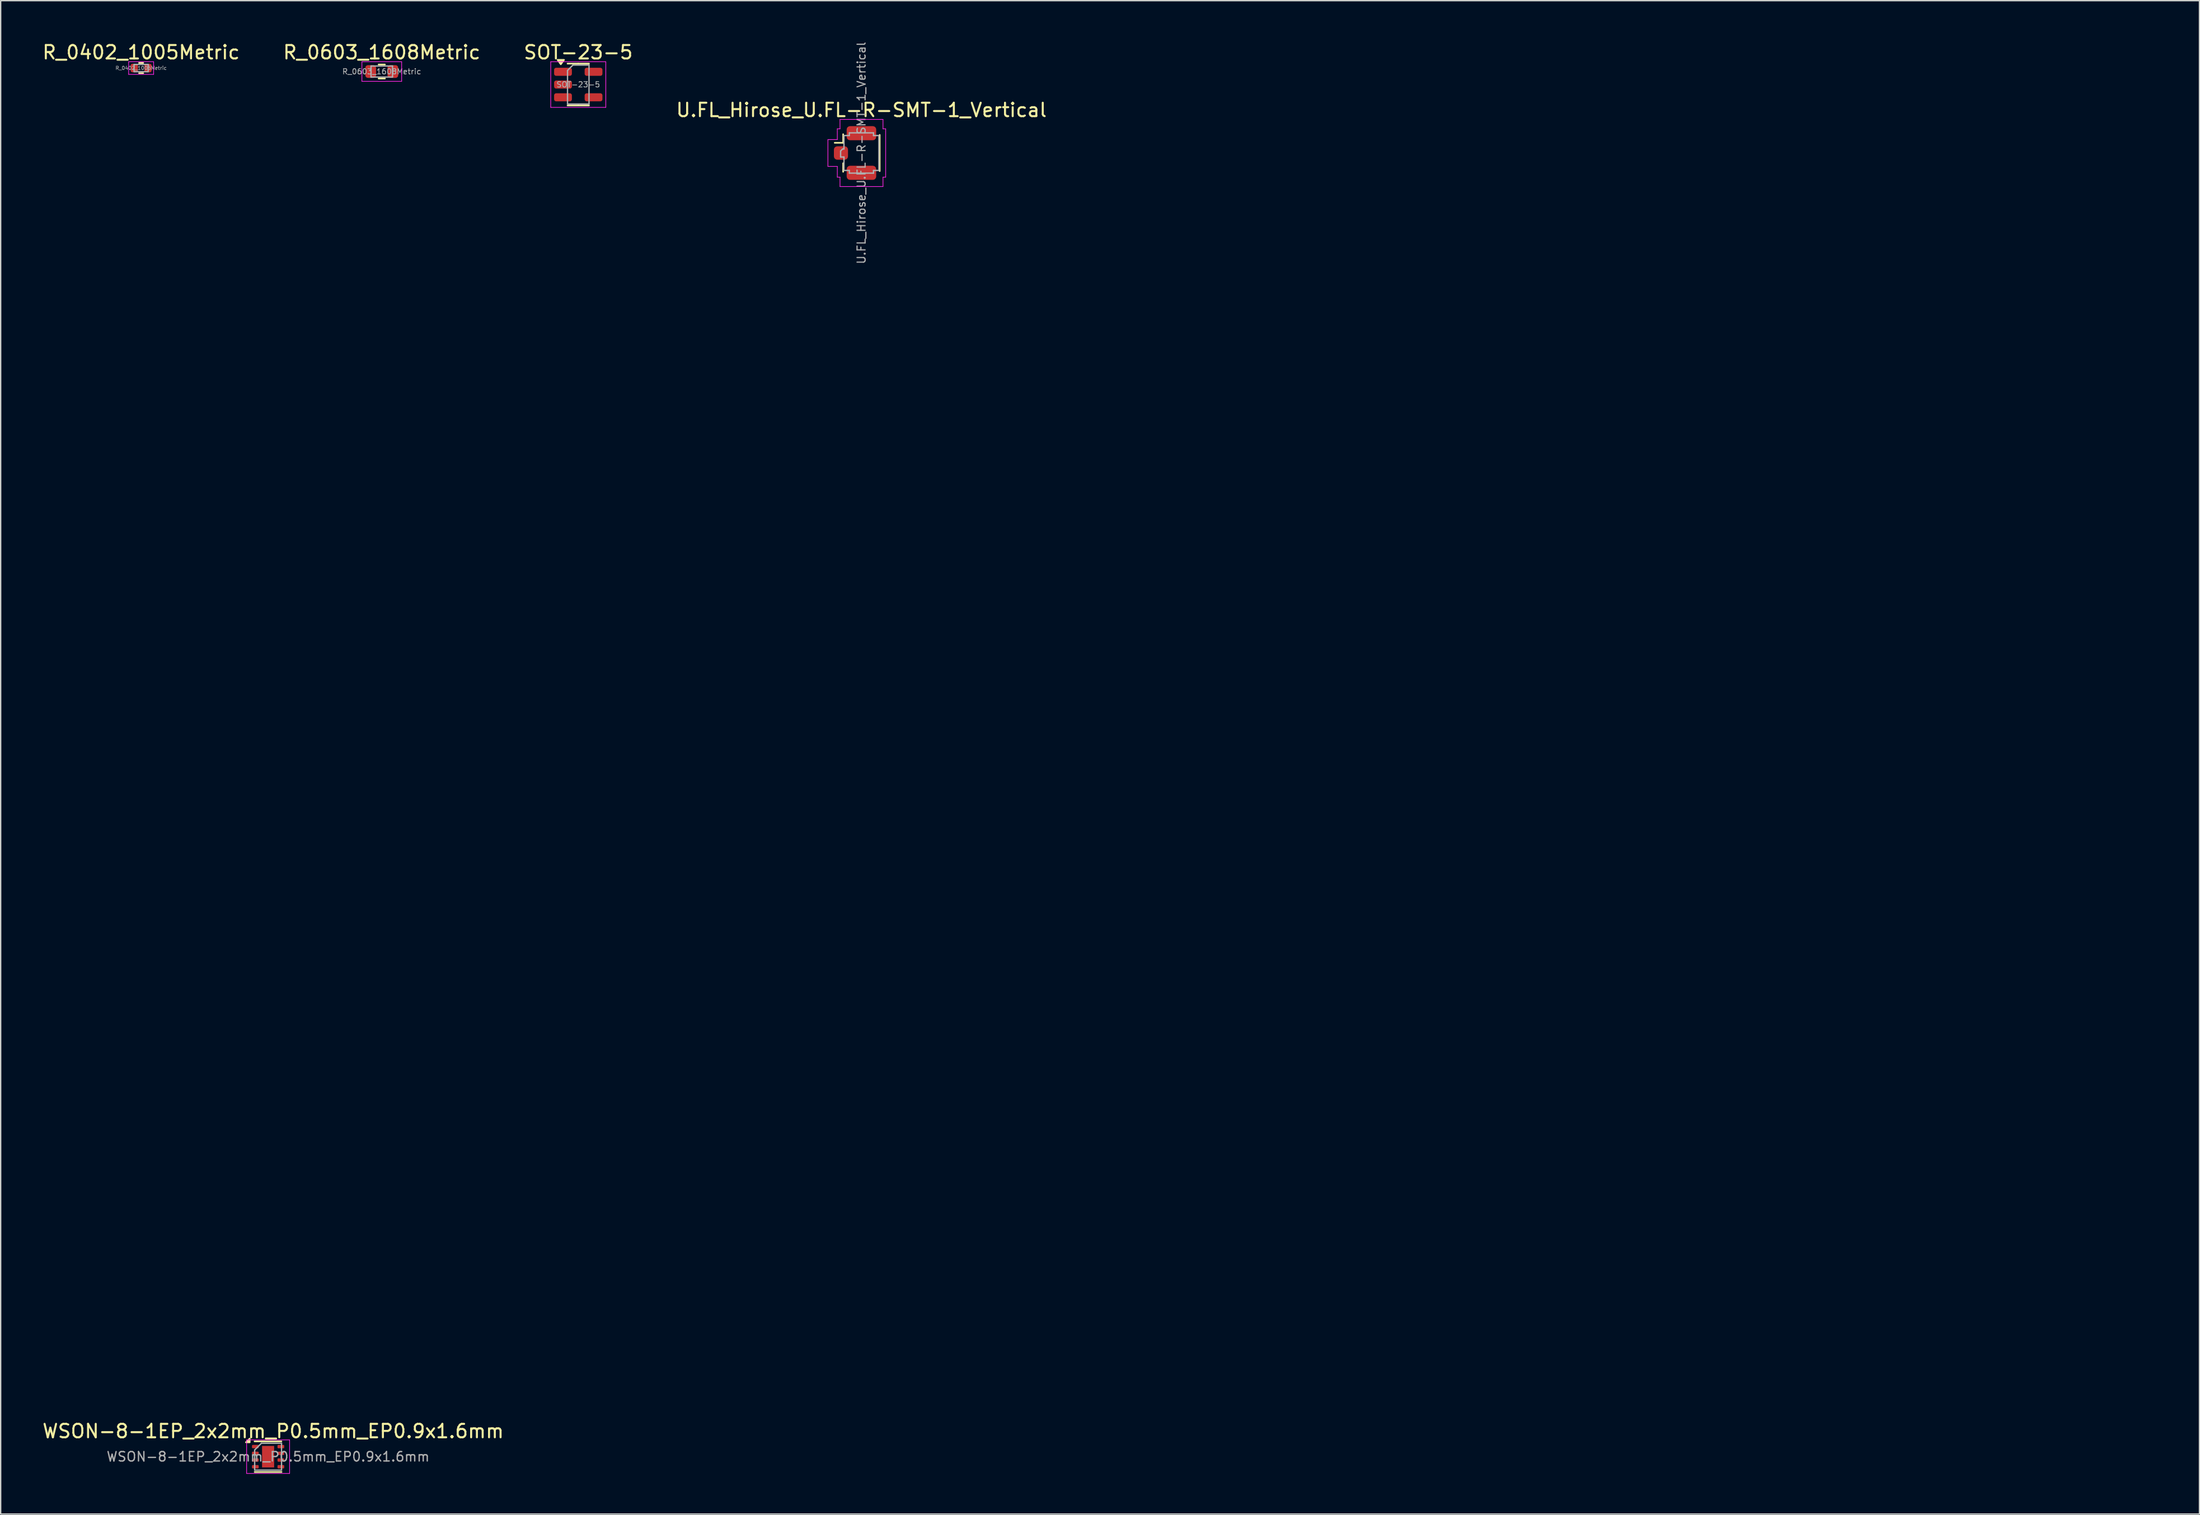
<source format=kicad_pcb>
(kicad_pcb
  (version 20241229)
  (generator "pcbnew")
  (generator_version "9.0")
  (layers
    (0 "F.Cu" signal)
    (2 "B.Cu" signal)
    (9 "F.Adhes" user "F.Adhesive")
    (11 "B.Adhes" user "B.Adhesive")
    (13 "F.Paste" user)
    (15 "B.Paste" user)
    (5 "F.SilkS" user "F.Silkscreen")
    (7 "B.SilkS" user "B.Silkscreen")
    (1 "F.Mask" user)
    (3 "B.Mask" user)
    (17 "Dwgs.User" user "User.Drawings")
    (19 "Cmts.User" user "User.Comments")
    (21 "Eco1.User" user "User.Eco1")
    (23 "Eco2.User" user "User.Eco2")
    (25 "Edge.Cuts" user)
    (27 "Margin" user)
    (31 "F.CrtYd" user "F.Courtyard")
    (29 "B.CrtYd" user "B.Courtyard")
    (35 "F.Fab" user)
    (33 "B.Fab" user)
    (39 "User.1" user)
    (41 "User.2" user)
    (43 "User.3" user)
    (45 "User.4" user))
  (footprint "R_0603_1608Metric"
    (layer "F.Cu")
    (at 25.375 2.278)
    (property "Reference" "R_0603_1608Metric" (at 0 -1.43 0) (unlocked yes) (layer "F.SilkS") (effects (font (size 1 1) (thickness 0.15))))
    (attr smd)
    (fp_line (start -0.237 -0.522) (end 0.237 -0.522) (stroke (width 0.12) (type solid)) (layer "F.SilkS"))
    (fp_line (start -0.237 0.522) (end 0.237 0.522) (stroke (width 0.12) (type solid)) (layer "F.SilkS"))
    (fp_line (start -1.48 -0.73) (end 1.48 -0.73) (stroke (width 0.05) (type solid)) (layer "F.CrtYd"))
    (fp_line (start -1.48 0.73) (end -1.48 -0.73) (stroke (width 0.05) (type solid)) (layer "F.CrtYd"))
    (fp_line (start 1.48 -0.73) (end 1.48 0.73) (stroke (width 0.05) (type solid)) (layer "F.CrtYd"))
    (fp_line (start 1.48 0.73) (end -1.48 0.73) (stroke (width 0.05) (type solid)) (layer "F.CrtYd"))
    (fp_line (start -0.8 -0.412) (end 0.8 -0.412) (stroke (width 0.1) (type solid)) (layer "F.Fab"))
    (fp_line (start -0.8 0.412) (end -0.8 -0.412) (stroke (width 0.1) (type solid)) (layer "F.Fab"))
    (fp_line (start 0.8 -0.412) (end 0.8 0.412) (stroke (width 0.1) (type solid)) (layer "F.Fab"))
    (fp_line (start 0.8 0.412) (end -0.8 0.412) (stroke (width 0.1) (type solid)) (layer "F.Fab"))
    (fp_text user "${REFERENCE}" (at 0 0 180) (layer "F.Fab") (effects (font (size 0.4 0.4) (thickness 0.06))))
    (pad "1" smd roundrect (at -0.825 0) (size 0.8 0.95) (layers "F.Cu" "F.Mask" "F.Paste") (roundrect_rratio 0.25))
    (pad "2" smd roundrect (at 0.825 0) (size 0.8 0.95) (layers "F.Cu" "F.Mask" "F.Paste") (roundrect_rratio 0.25)))
  (footprint "U.FL_Hirose_U.FL-R-SMT-1_Vertical"
    (layer "F.Cu")
    (at 60.614 8.346)
    (property "Reference" "U.FL_Hirose_U.FL-R-SMT-1_Vertical" (at 0.475 -3.2 0) (unlocked yes) (layer "F.SilkS") (effects (font (size 1 1) (thickness 0.15))))
    (attr smd)
    (fp_rect (start -0.515 -0.94) (end 1.575 0.94) (stroke (width 0) (type solid)) (fill yes) (layer "F.Mask"))
    (fp_line (start -0.885 -1.4) (end -0.885 -0.76) (stroke (width 0.12) (type solid)) (layer "F.SilkS"))
    (fp_line (start -0.885 -0.76) (end -1.515 -0.76) (stroke (width 0.12) (type solid)) (layer "F.SilkS"))
    (fp_line (start -0.885 1.4) (end -0.885 0.76) (stroke (width 0.12) (type solid)) (layer "F.SilkS"))
    (fp_line (start 1.835 -1.35) (end 1.835 1.35) (stroke (width 0.12) (type solid)) (layer "F.SilkS"))
    (fp_line (start -2.02 1) (end -2.02 -1) (stroke (width 0.05) (type solid)) (layer "F.CrtYd"))
    (fp_line (start -1.32 -1.8) (end -1.12 -1.8) (stroke (width 0.05) (type solid)) (layer "F.CrtYd"))
    (fp_line (start -1.32 -1) (end -2.02 -1) (stroke (width 0.05) (type solid)) (layer "F.CrtYd"))
    (fp_line (start -1.32 -1) (end -1.32 -1.8) (stroke (width 0.05) (type solid)) (layer "F.CrtYd"))
    (fp_line (start -1.32 1) (end -2.02 1) (stroke (width 0.05) (type solid)) (layer "F.CrtYd"))
    (fp_line (start -1.32 1.8) (end -1.32 1) (stroke (width 0.05) (type solid)) (layer "F.CrtYd"))
    (fp_line (start -1.32 1.8) (end -1.12 1.8) (stroke (width 0.05) (type solid)) (layer "F.CrtYd"))
    (fp_line (start -1.12 -1.8) (end -1.12 -2.5) (stroke (width 0.05) (type solid)) (layer "F.CrtYd"))
    (fp_line (start -1.12 2.5) (end -1.12 1.8) (stroke (width 0.05) (type solid)) (layer "F.CrtYd"))
    (fp_line (start 2.08 -2.5) (end -1.12 -2.5) (stroke (width 0.05) (type solid)) (layer "F.CrtYd"))
    (fp_line (start 2.08 -1.8) (end 2.08 -2.5) (stroke (width 0.05) (type solid)) (layer "F.CrtYd"))
    (fp_line (start 2.08 -1.8) (end 2.28 -1.8) (stroke (width 0.05) (type solid)) (layer "F.CrtYd"))
    (fp_line (start 2.08 1.8) (end 2.28 1.8) (stroke (width 0.05) (type solid)) (layer "F.CrtYd"))
    (fp_line (start 2.08 2.5) (end -1.12 2.5) (stroke (width 0.05) (type solid)) (layer "F.CrtYd"))
    (fp_line (start 2.08 2.5) (end 2.08 1.8) (stroke (width 0.05) (type solid)) (layer "F.CrtYd"))
    (fp_line (start 2.28 1.8) (end 2.28 -1.8) (stroke (width 0.05) (type solid)) (layer "F.CrtYd"))
    (fp_line (start -1.075 0.3) (end -1.075 -0.15) (stroke (width 0.1) (type solid)) (layer "F.Fab"))
    (fp_line (start -1.075 0.3) (end -0.825 0.3) (stroke (width 0.1) (type solid)) (layer "F.Fab"))
    (fp_line (start -0.925 -0.3) (end -1.075 -0.15) (stroke (width 0.1) (type solid)) (layer "F.Fab"))
    (fp_line (start -0.925 -0.3) (end -0.825 -0.3) (stroke (width 0.1) (type solid)) (layer "F.Fab"))
    (fp_line (start -0.825 -0.3) (end -0.825 -1.3) (stroke (width 0.1) (type solid)) (layer "F.Fab"))
    (fp_line (start -0.825 0.3) (end -0.825 1.3) (stroke (width 0.1) (type solid)) (layer "F.Fab"))
    (fp_line (start -0.425 -1.5) (end -0.425 -1.3) (stroke (width 0.1) (type solid)) (layer "F.Fab"))
    (fp_line (start -0.425 -1.5) (end 1.375 -1.5) (stroke (width 0.1) (type solid)) (layer "F.Fab"))
    (fp_line (start -0.425 -1.3) (end -0.825 -1.3) (stroke (width 0.1) (type solid)) (layer "F.Fab"))
    (fp_line (start -0.425 1.3) (end -0.825 1.3) (stroke (width 0.1) (type solid)) (layer "F.Fab"))
    (fp_line (start -0.425 1.5) (end -0.425 1.3) (stroke (width 0.1) (type solid)) (layer "F.Fab"))
    (fp_line (start -0.425 1.5) (end 1.375 1.5) (stroke (width 0.1) (type solid)) (layer "F.Fab"))
    (fp_line (start 1.375 -1.5) (end 1.375 -1.3) (stroke (width 0.1) (type solid)) (layer "F.Fab"))
    (fp_line (start 1.375 1.5) (end 1.375 1.3) (stroke (width 0.1) (type solid)) (layer "F.Fab"))
    (fp_line (start 1.775 -1.3) (end 1.375 -1.3) (stroke (width 0.1) (type solid)) (layer "F.Fab"))
    (fp_line (start 1.775 -1.3) (end 1.775 1.3) (stroke (width 0.1) (type solid)) (layer "F.Fab"))
    (fp_line (start 1.775 1.3) (end 1.375 1.3) (stroke (width 0.1) (type solid)) (layer "F.Fab"))
    (fp_text user "${REFERENCE}" (at 0.475 0 270) (layer "F.Fab") (effects (font (size 0.6 0.6) (thickness 0.09))))
    (pad "1" smd roundrect (at -1.05 0) (size 1.05 1) (layers "F.Cu" "F.Mask" "F.Paste") (roundrect_rratio 0.25))
    (pad "2" smd roundrect (at 0.475 -1.475) (size 2.2 1.05) (layers "F.Cu" "F.Mask" "F.Paste") (roundrect_rratio 0.238))
    (pad "2" smd roundrect (at 0.475 1.475) (size 2.2 1.05) (layers "F.Cu" "F.Mask" "F.Paste") (roundrect_rratio 0.238))
    (zone (net_name "") (layer "F.Cu") (hatch edge 0.5) (connect_pads) (min_thickness 0.25) (filled_areas_thickness no) (keepout (tracks not_allowed) (vias not_allowed) (pads not_allowed) (copperpour not_allowed) (footprints allowed)) (placement (enabled no)) (fill) (polygon (pts (xy 157.714 97.8) (xy 155.624 97.8) (xy 155.624 99.7) (xy 157.714 99.7))))
    (zone (net_name "") (layer "B.Cu") (hatch edge 0.5) (connect_pads) (min_thickness 0.25) (filled_areas_thickness no) (keepout (tracks allowed) (vias not_allowed) (pads allowed) (copperpour not_allowed) (footprints allowed)) (placement (enabled no)) (fill) (polygon (pts (xy 157.714 97.8) (xy 155.624 97.8) (xy 155.624 99.7) (xy 157.714 99.7)))))
  (footprint "R_0402_1005Metric"
    (layer "F.Cu")
    (at 7.458 2.018)
    (property "Reference" "R_0402_1005Metric" (at 0 -1.17 0) (unlocked yes) (layer "F.SilkS") (effects (font (size 1 1) (thickness 0.15))))
    (attr smd)
    (fp_line (start -0.154 -0.38) (end 0.154 -0.38) (stroke (width 0.12) (type solid)) (layer "F.SilkS"))
    (fp_line (start -0.154 0.38) (end 0.154 0.38) (stroke (width 0.12) (type solid)) (layer "F.SilkS"))
    (fp_line (start -0.93 -0.47) (end 0.93 -0.47) (stroke (width 0.05) (type solid)) (layer "F.CrtYd"))
    (fp_line (start -0.93 0.47) (end -0.93 -0.47) (stroke (width 0.05) (type solid)) (layer "F.CrtYd"))
    (fp_line (start 0.93 -0.47) (end 0.93 0.47) (stroke (width 0.05) (type solid)) (layer "F.CrtYd"))
    (fp_line (start 0.93 0.47) (end -0.93 0.47) (stroke (width 0.05) (type solid)) (layer "F.CrtYd"))
    (fp_line (start -0.525 -0.27) (end 0.525 -0.27) (stroke (width 0.1) (type solid)) (layer "F.Fab"))
    (fp_line (start -0.525 0.27) (end -0.525 -0.27) (stroke (width 0.1) (type solid)) (layer "F.Fab"))
    (fp_line (start 0.525 -0.27) (end 0.525 0.27) (stroke (width 0.1) (type solid)) (layer "F.Fab"))
    (fp_line (start 0.525 0.27) (end -0.525 0.27) (stroke (width 0.1) (type solid)) (layer "F.Fab"))
    (fp_text user "${REFERENCE}" (at 0 0 0) (layer "F.Fab") (effects (font (size 0.26 0.26) (thickness 0.04))))
    (pad "1" smd roundrect (at -0.51 0 180) (size 0.54 0.64) (layers "F.Cu" "F.Mask" "F.Paste") (roundrect_rratio 0.25))
    (pad "2" smd roundrect (at 0.51 0 180) (size 0.54 0.64) (layers "F.Cu" "F.Mask" "F.Paste") (roundrect_rratio 0.25)))
  (footprint "WSON-8-1EP_2x2mm_P0.5mm_EP0.9x1.6mm"
    (layer "F.Cu")
    (at 16.912 105.448)
    (property "Reference" "WSON-8-1EP_2x2mm_P0.5mm_EP0.9x1.6mm" (at 0.38 -1.9 0) (layer "F.SilkS") (effects (font (size 1 1) (thickness 0.15))))
    (attr smd)
    (fp_line (start -1.01 -1.14) (end 0.99 -1.14) (stroke (width 0.12) (type solid)) (layer "F.SilkS"))
    (fp_line (start -1 1.14) (end 1 1.14) (stroke (width 0.12) (type solid)) (layer "F.SilkS"))
    (fp_poly (pts (xy -1.37 -1.07) (xy -1.65 -1.07) (xy -1.37 -1.35) (xy -1.37 -1.07)) (stroke (width 0.12) (type solid)) (fill yes) (layer "F.SilkS"))
    (fp_line (start -1.6 -1.25) (end -1.6 1.25) (stroke (width 0.05) (type solid)) (layer "F.CrtYd"))
    (fp_line (start -1.6 -1.25) (end 1.6 -1.25) (stroke (width 0.05) (type solid)) (layer "F.CrtYd"))
    (fp_line (start -1.6 1.25) (end 1.6 1.25) (stroke (width 0.05) (type solid)) (layer "F.CrtYd"))
    (fp_line (start 1.6 -1.25) (end 1.6 1.25) (stroke (width 0.05) (type solid)) (layer "F.CrtYd"))
    (fp_line (start -1 1) (end -1 -0.5) (stroke (width 0.1) (type solid)) (layer "F.Fab"))
    (fp_line (start -0.5 -1) (end -1 -0.5) (stroke (width 0.1) (type solid)) (layer "F.Fab"))
    (fp_line (start -0.5 -1) (end 1 -1) (stroke (width 0.1) (type solid)) (layer "F.Fab"))
    (fp_line (start 1 -1) (end 1 1) (stroke (width 0.1) (type solid)) (layer "F.Fab"))
    (fp_line (start 1 1) (end -1 1) (stroke (width 0.1) (type solid)) (layer "F.Fab"))
    (fp_text user "${REFERENCE}" (at 0 0 0) (layer "F.Fab") (effects (font (size 0.7 0.7) (thickness 0.1))))
    (pad "" smd rect (at 0 -0.4) (size 0.75 0.65) (layers "F.Paste"))
    (pad "" smd rect (at 0 0.4) (size 0.75 0.65) (layers "F.Paste"))
    (pad "1" smd roundrect (at -0.95 -0.75) (size 0.5 0.25) (layers "F.Cu" "F.Mask" "F.Paste") (roundrect_rratio 0.25))
    (pad "2" smd roundrect (at -0.95 -0.25) (size 0.5 0.25) (layers "F.Cu" "F.Mask" "F.Paste") (roundrect_rratio 0.25))
    (pad "3" smd roundrect (at -0.95 0.25) (size 0.5 0.25) (layers "F.Cu" "F.Mask" "F.Paste") (roundrect_rratio 0.25))
    (pad "4" smd roundrect (at -0.95 0.75) (size 0.5 0.25) (layers "F.Cu" "F.Mask" "F.Paste") (roundrect_rratio 0.25))
    (pad "5" smd roundrect (at 0.95 0.75) (size 0.5 0.25) (layers "F.Cu" "F.Mask" "F.Paste") (roundrect_rratio 0.25))
    (pad "6" smd roundrect (at 0.95 0.25) (size 0.5 0.25) (layers "F.Cu" "F.Mask" "F.Paste") (roundrect_rratio 0.25))
    (pad "7" smd roundrect (at 0.95 -0.25) (size 0.5 0.25) (layers "F.Cu" "F.Mask" "F.Paste") (roundrect_rratio 0.25))
    (pad "8" smd roundrect (at 0.95 -0.75) (size 0.5 0.25) (layers "F.Cu" "F.Mask" "F.Paste") (roundrect_rratio 0.25))
    (pad "9" smd rect (at 0 0) (size 0.9 1.6) (layers "F.Cu" "F.Mask")))
  (footprint "SOT-23-5"
    (layer "F.Cu")
    (at 40.006 3.248)
    (property "Reference" "SOT-23-5" (at 0 -2.4 0) (unlocked yes) (layer "F.SilkS") (effects (font (size 1 1) (thickness 0.15))))
    (attr smd)
    (fp_line (start 0 -1.56) (end -0.8 -1.56) (stroke (width 0.12) (type solid)) (layer "F.SilkS"))
    (fp_line (start 0 -1.56) (end 0.8 -1.56) (stroke (width 0.12) (type solid)) (layer "F.SilkS"))
    (fp_line (start 0 1.56) (end -0.8 1.56) (stroke (width 0.12) (type solid)) (layer "F.SilkS"))
    (fp_line (start 0 1.56) (end 0.8 1.56) (stroke (width 0.12) (type solid)) (layer "F.SilkS"))
    (fp_poly (pts (xy -1.3 -1.51) (xy -1.54 -1.84) (xy -1.06 -1.84) (xy -1.3 -1.51)) (stroke (width 0.12) (type solid)) (fill yes) (layer "F.SilkS"))
    (fp_line (start -2.05 -1.7) (end -2.05 1.7) (stroke (width 0.05) (type solid)) (layer "F.CrtYd"))
    (fp_line (start -2.05 1.7) (end 2.05 1.7) (stroke (width 0.05) (type solid)) (layer "F.CrtYd"))
    (fp_line (start 2.05 -1.7) (end -2.05 -1.7) (stroke (width 0.05) (type solid)) (layer "F.CrtYd"))
    (fp_line (start 2.05 1.7) (end 2.05 -1.7) (stroke (width 0.05) (type solid)) (layer "F.CrtYd"))
    (fp_line (start -0.8 -1.05) (end -0.4 -1.45) (stroke (width 0.1) (type solid)) (layer "F.Fab"))
    (fp_line (start -0.8 1.45) (end -0.8 -1.05) (stroke (width 0.1) (type solid)) (layer "F.Fab"))
    (fp_line (start -0.4 -1.45) (end 0.8 -1.45) (stroke (width 0.1) (type solid)) (layer "F.Fab"))
    (fp_line (start 0.8 -1.45) (end 0.8 1.45) (stroke (width 0.1) (type solid)) (layer "F.Fab"))
    (fp_line (start 0.8 1.45) (end -0.8 1.45) (stroke (width 0.1) (type solid)) (layer "F.Fab"))
    (fp_text user "${REFERENCE}" (at 0 0 0) (layer "F.Fab") (effects (font (size 0.4 0.4) (thickness 0.06))))
    (pad "1" smd roundrect (at -1.137 -0.95) (size 1.325 0.6) (layers "F.Cu" "F.Mask" "F.Paste") (roundrect_rratio 0.25))
    (pad "2" smd roundrect (at -1.137 0) (size 1.325 0.6) (layers "F.Cu" "F.Mask" "F.Paste") (roundrect_rratio 0.25))
    (pad "3" smd roundrect (at -1.137 0.95) (size 1.325 0.6) (layers "F.Cu" "F.Mask" "F.Paste") (roundrect_rratio 0.25))
    (pad "4" smd roundrect (at 1.137 0.95) (size 1.325 0.6) (layers "F.Cu" "F.Mask" "F.Paste") (roundrect_rratio 0.25))
    (pad "5" smd roundrect (at 1.137 -0.95) (size 1.325 0.6) (layers "F.Cu" "F.Mask" "F.Paste") (roundrect_rratio 0.25)))
  (gr_rect
    (start -3 -3)
    (end 160.714 109.723)
    (stroke (width 0.1) (type default))
    (fill no)
    (layer "Edge.Cuts")))
</source>
